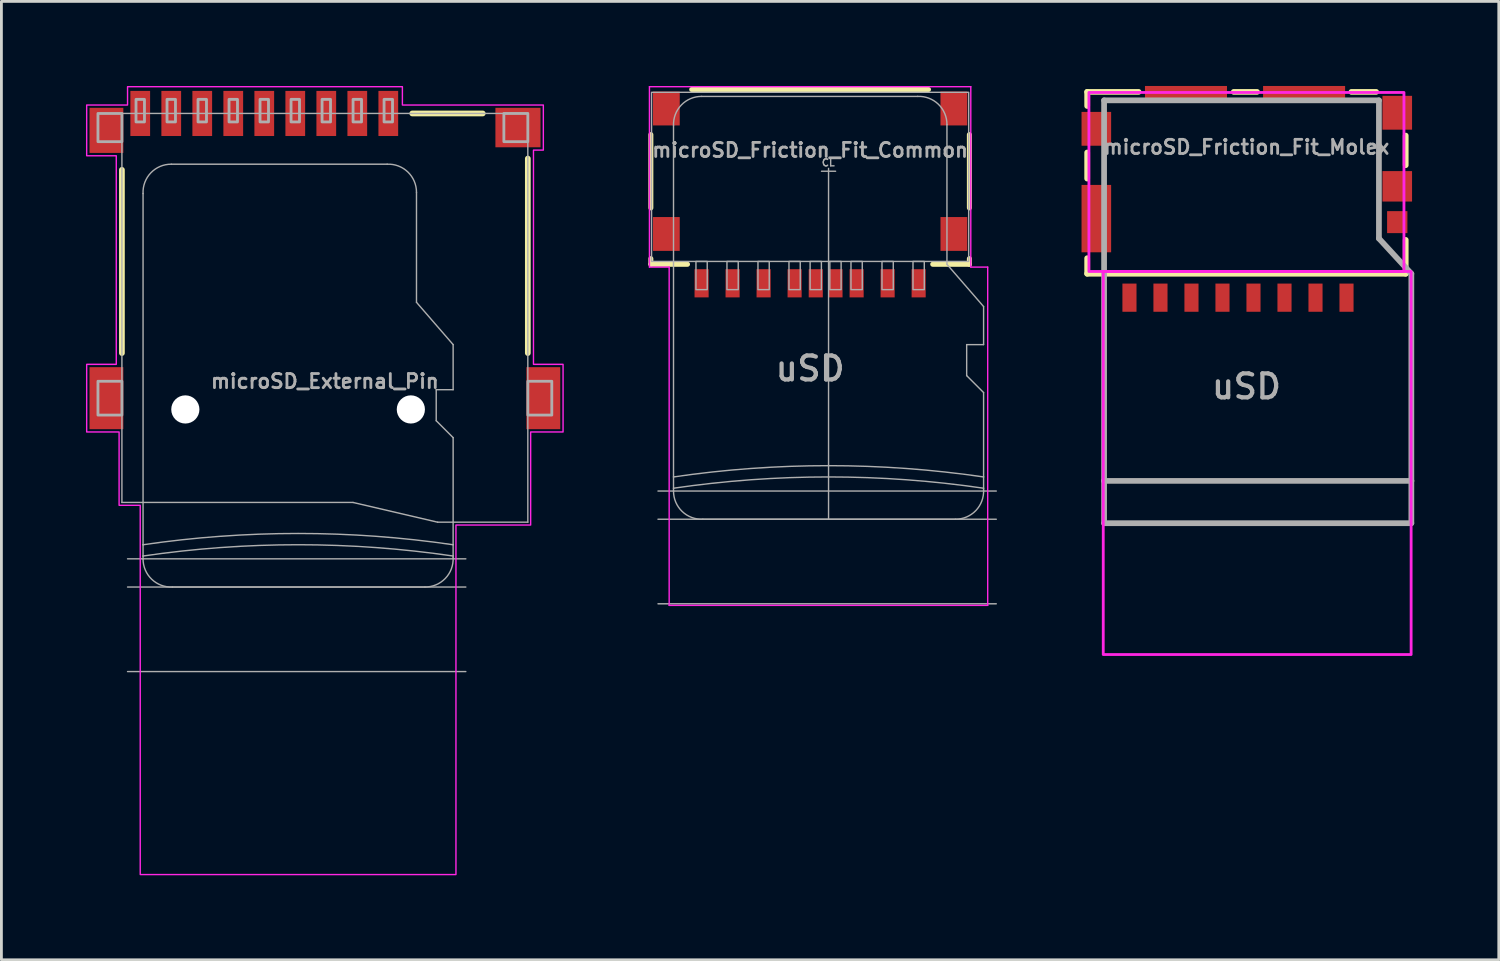
<source format=kicad_pcb>
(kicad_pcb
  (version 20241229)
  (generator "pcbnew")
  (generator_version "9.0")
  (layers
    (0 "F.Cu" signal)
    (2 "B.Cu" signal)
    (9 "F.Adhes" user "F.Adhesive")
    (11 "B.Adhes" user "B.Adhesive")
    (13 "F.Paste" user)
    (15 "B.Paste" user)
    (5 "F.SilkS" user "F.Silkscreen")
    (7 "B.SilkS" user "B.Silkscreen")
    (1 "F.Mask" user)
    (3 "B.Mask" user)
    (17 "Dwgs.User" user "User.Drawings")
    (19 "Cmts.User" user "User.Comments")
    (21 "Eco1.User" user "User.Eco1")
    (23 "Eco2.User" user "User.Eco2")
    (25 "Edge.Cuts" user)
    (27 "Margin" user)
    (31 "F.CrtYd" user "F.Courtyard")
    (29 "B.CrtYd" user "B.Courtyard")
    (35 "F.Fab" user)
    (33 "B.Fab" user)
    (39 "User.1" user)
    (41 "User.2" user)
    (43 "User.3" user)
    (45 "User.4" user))
  (footprint "microSD_Friction_Fit_Common"
    (layer "F.Cu")
    (at 25.689 3.025)
    (property "Reference" "microSD_Friction_Fit_Common" (at 0 -0.75 0) (layer "F.Fab") (effects (font (size 0.5 0.5) (thickness 0.1) (bold yes))))
    (attr smd)
    (fp_line (start -5.65 -1.3) (end -5.65 1.3) (stroke (width 0.178) (type default)) (layer "F.SilkS"))
    (fp_line (start -5.65 3.3) (end -5.65 3.1) (stroke (width 0.178) (type default)) (layer "F.SilkS"))
    (fp_line (start -5.65 3.3) (end -4.35 3.3) (stroke (width 0.178) (type default)) (layer "F.SilkS"))
    (fp_line (start -4.2 -2.9) (end 4.2 -2.9) (stroke (width 0.178) (type default)) (layer "F.SilkS"))
    (fp_line (start 4.35 3.3) (end 5.65 3.3) (stroke (width 0.178) (type default)) (layer "F.SilkS"))
    (fp_line (start 5.65 -1.3) (end 5.65 1.3) (stroke (width 0.178) (type default)) (layer "F.SilkS"))
    (fp_line (start 5.65 3.1) (end 5.65 3.3) (stroke (width 0.178) (type default)) (layer "F.SilkS"))
    (fp_line (start -5.7 -3) (end 5.7 -3) (stroke (width 0.05) (type default)) (layer "F.CrtYd"))
    (fp_line (start -5.7 3.4) (end -5.7 -3) (stroke (width 0.05) (type default)) (layer "F.CrtYd"))
    (fp_line (start -5 3.4) (end -5.7 3.4) (stroke (width 0.05) (type default)) (layer "F.CrtYd"))
    (fp_line (start -5 15.4) (end -5 3.4) (stroke (width 0.05) (type default)) (layer "F.CrtYd"))
    (fp_line (start 5.7 -3) (end 5.7 3.4) (stroke (width 0.05) (type default)) (layer "F.CrtYd"))
    (fp_line (start 5.7 3.4) (end 6.3 3.4) (stroke (width 0.05) (type default)) (layer "F.CrtYd"))
    (fp_line (start 6.3 3.4) (end 6.3 15.4) (stroke (width 0.05) (type default)) (layer "F.CrtYd"))
    (fp_line (start 6.3 15.4) (end -5 15.4) (stroke (width 0.05) (type default)) (layer "F.CrtYd"))
    (fp_line (start -4.846 -1.615) (end -4.846 10.845) (stroke (width 0.05) (type solid)) (layer "F.Fab"))
    (fp_line (start -4.846 10.845) (end -4.846 11.245) (stroke (width 0.05) (type solid)) (layer "F.Fab"))
    (fp_line (start -4.846 11.245) (end -4.846 11.345) (stroke (width 0.05) (type solid)) (layer "F.Fab"))
    (fp_line (start -3.806 12.345) (end 5.154 12.345) (stroke (width 0.05) (type solid)) (layer "F.Fab"))
    (fp_line (start 0.404 0) (end 0.904 0) (stroke (width 0.05) (type default)) (layer "F.Fab"))
    (fp_line (start 0.654 12.345) (end 0.654 -0.1) (stroke (width 0.05) (type default)) (layer "F.Fab"))
    (fp_line (start 3.814 -2.655) (end -3.846 -2.655) (stroke (width 0.05) (type solid)) (layer "F.Fab"))
    (fp_line (start 4.854 3.3) (end 4.854 -1.655) (stroke (width 0.05) (type solid)) (layer "F.Fab"))
    (fp_line (start 5.554 6.15) (end 5.554 7.25) (stroke (width 0.05) (type solid)) (layer "F.Fab"))
    (fp_line (start 5.554 7.25) (end 6.154 7.85) (stroke (width 0.05) (type solid)) (layer "F.Fab"))
    (fp_line (start 6.154 4.8) (end 4.854 3.3) (stroke (width 0.05) (type solid)) (layer "F.Fab"))
    (fp_line (start 6.154 6.15) (end 5.554 6.15) (stroke (width 0.05) (type solid)) (layer "F.Fab"))
    (fp_line (start 6.154 6.15) (end 6.154 4.8) (stroke (width 0.05) (type solid)) (layer "F.Fab"))
    (fp_line (start 6.154 10.845) (end 6.154 7.85) (stroke (width 0.05) (type solid)) (layer "F.Fab"))
    (fp_line (start 6.154 11.245) (end 6.154 10.845) (stroke (width 0.05) (type solid)) (layer "F.Fab"))
    (fp_line (start 6.154 11.305) (end 6.154 11.245) (stroke (width 0.05) (type solid)) (layer "F.Fab"))
    (fp_line (start 6.604 11.345) (end -5.396 11.345) (stroke (width 0.05) (type solid)) (layer "F.Fab"))
    (fp_line (start 6.604 12.345) (end -5.396 12.345) (stroke (width 0.05) (type solid)) (layer "F.Fab"))
    (fp_line (start 6.604 15.345) (end -5.396 15.345) (stroke (width 0.05) (type solid)) (layer "F.Fab"))
    (fp_rect (start -5.625 -2.8) (end 5.625 3.2) (stroke (width 0.05) (type default)) (fill no) (layer "F.Fab"))
    (fp_rect (start -4.05 3.2) (end -3.65 4.2) (stroke (width 0.05) (type solid)) (fill no) (layer "F.Fab"))
    (fp_rect (start -2.95 3.2) (end -2.55 4.2) (stroke (width 0.05) (type solid)) (fill no) (layer "F.Fab"))
    (fp_rect (start -1.85 3.2) (end -1.45 4.2) (stroke (width 0.05) (type solid)) (fill no) (layer "F.Fab"))
    (fp_rect (start -0.35 3.2) (end -0.75 4.2) (stroke (width 0.05) (type solid)) (fill no) (layer "F.Fab"))
    (fp_rect (start 0.4 3.2) (end 0 4.2) (stroke (width 0.05) (type solid)) (fill no) (layer "F.Fab"))
    (fp_rect (start 1.1 3.2) (end 0.7 4.2) (stroke (width 0.05) (type solid)) (fill no) (layer "F.Fab"))
    (fp_rect (start 1.85 3.2) (end 1.45 4.2) (stroke (width 0.05) (type solid)) (fill no) (layer "F.Fab"))
    (fp_rect (start 2.95 3.2) (end 2.55 4.2) (stroke (width 0.05) (type solid)) (fill no) (layer "F.Fab"))
    (fp_rect (start 4.05 3.2) (end 3.65 4.2) (stroke (width 0.05) (type solid)) (fill no) (layer "F.Fab"))
    (fp_arc (start -4.84571 -1.61526) (mid -4.568722 -2.349696) (end -3.845709 -2.65526) (stroke (width 0.05) (type solid)) (layer "F.Fab"))
    (fp_arc (start -4.84571 10.84474) (mid 0.65429 10.444602) (end 6.15429 10.84474) (stroke (width 0.05) (type solid)) (layer "F.Fab"))
    (fp_arc (start -4.84571 11.24474) (mid 0.65429 10.844602) (end 6.15429 11.24474) (stroke (width 0.05) (type solid)) (layer "F.Fab"))
    (fp_arc (start -3.80571 12.34474) (mid -4.540146 12.067752) (end -4.84571 11.344739) (stroke (width 0.05) (type solid)) (layer "F.Fab"))
    (fp_arc (start 3.81429 -2.65526) (mid 4.548719 -2.378274) (end 4.85429 -1.655259) (stroke (width 0.05) (type solid)) (layer "F.Fab"))
    (fp_arc (start 6.15429 11.30474) (mid 5.877302 12.039176) (end 5.154289 12.34474) (stroke (width 0.05) (type solid)) (layer "F.Fab"))
    (fp_text user "uSD" (at 0 7 0) (layer "F.Fab") (effects (font (size 0.85 0.85) (thickness 0.15))))
    (fp_text user "CL" (at 0.646 -0.305 0) (unlocked yes) (layer "F.Fab") (effects (font (size 0.25 0.25) (thickness 0.05) (bold yes))))
    (pad "1" smd rect (at 3.85 3.975 180) (size 0.5 1) (layers "F.Cu" "F.Mask" "F.Paste"))
    (pad "2" smd rect (at 2.75 3.975 180) (size 0.5 1) (layers "F.Cu" "F.Mask" "F.Paste"))
    (pad "3" smd rect (at 1.65 3.975 180) (size 0.5 1) (layers "F.Cu" "F.Mask" "F.Paste"))
    (pad "4" smd rect (at 0.9 3.975 180) (size 0.5 1) (layers "F.Cu" "F.Mask" "F.Paste"))
    (pad "5" smd rect (at -0.55 3.975 180) (size 0.5 1) (layers "F.Cu" "F.Mask" "F.Paste"))
    (pad "6" smd rect (at -1.65 3.975 180) (size 0.5 1) (layers "F.Cu" "F.Mask" "F.Paste"))
    (pad "7" smd rect (at -2.75 3.975 180) (size 0.5 1) (layers "F.Cu" "F.Mask" "F.Paste"))
    (pad "8" smd rect (at -3.85 3.975 180) (size 0.5 1) (layers "F.Cu" "F.Mask" "F.Paste"))
    (pad "9" smd rect (at 0.2 3.975 180) (size 0.5 1) (layers "F.Cu" "F.Mask" "F.Paste"))
    (pad "10" smd rect (at -5.1 -2.225 180) (size 0.95 1.2) (layers "F.Cu" "F.Mask" "F.Paste"))
    (pad "10" smd rect (at -5.1 2.225 180) (size 0.95 1.2) (layers "F.Cu" "F.Mask" "F.Paste"))
    (pad "10" smd rect (at 5.1 -2.225 180) (size 0.95 1.2) (layers "F.Cu" "F.Mask" "F.Paste"))
    (pad "10" smd rect (at 5.1 2.225 180) (size 0.95 1.2) (layers "F.Cu" "F.Mask" "F.Paste")))
  (footprint "microSD_External_Pin"
    (layer "F.Cu")
    (at 8.475 11.475)
    (property "Reference" "microSD_External_Pin" (at 0 -1 0) (layer "F.Fab") (effects (font (size 0.5 0.5) (thickness 0.1))))
    (attr smd)
    (fp_line (start -7.2 -2) (end -7.2 -8.5) (stroke (width 0.203) (type solid)) (layer "F.SilkS"))
    (fp_line (start 3.1 -10.5) (end 5.6 -10.5) (stroke (width 0.203) (type solid)) (layer "F.SilkS"))
    (fp_line (start 7.2 -8.9) (end 7.2 -2) (stroke (width 0.203) (type solid)) (layer "F.SilkS"))
    (fp_poly (pts (xy -8.45 -10.8) (xy -7 -10.8) (xy -7 -11.45) (xy 2.75 -11.45) (xy 2.75 -10.8) (xy 7.75 -10.8) (xy 7.75 -9.2) (xy 7.4 -9.2) (xy 7.4 -1.6) (xy 8.45 -1.6) (xy 8.45 0.8) (xy 7.3 0.8) (xy 7.3 4.1) (xy 4.65 4.1) (xy 4.65 16.5) (xy -6.55 16.5) (xy -6.55 3.4) (xy -7.3 3.4) (xy -7.3 0.8) (xy -8.45 0.8) (xy -8.45 -1.6) (xy -7.4 -1.6) (xy -7.4 -9) (xy -8.45 -9)) (stroke (width 0.05) (type solid)) (fill no) (layer "F.CrtYd"))
    (fp_line (start -7.2 -10.5) (end 7.2 -10.5) (stroke (width 0.05) (type solid)) (layer "F.Fab"))
    (fp_line (start -7.2 3.3) (end -7.2 -10.5) (stroke (width 0.05) (type solid)) (layer "F.Fab"))
    (fp_line (start -6.45 -7.66) (end -6.45 4.8) (stroke (width 0.05) (type solid)) (layer "F.Fab"))
    (fp_line (start -6.45 4.8) (end -6.45 5.2) (stroke (width 0.05) (type solid)) (layer "F.Fab"))
    (fp_line (start -6.45 5.2) (end -6.45 5.3) (stroke (width 0.05) (type solid)) (layer "F.Fab"))
    (fp_line (start -5.41 6.3) (end 3.55 6.3) (stroke (width 0.05) (type solid)) (layer "F.Fab"))
    (fp_line (start 1 3.3) (end -7.2 3.3) (stroke (width 0.05) (type solid)) (layer "F.Fab"))
    (fp_line (start 2.21 -8.7) (end -5.45 -8.7) (stroke (width 0.05) (type solid)) (layer "F.Fab"))
    (fp_line (start 3.25 -3.8) (end 3.25 -7.7) (stroke (width 0.05) (type solid)) (layer "F.Fab"))
    (fp_line (start 3.95 -0.7) (end 3.95 0.4) (stroke (width 0.05) (type solid)) (layer "F.Fab"))
    (fp_line (start 3.95 0.4) (end 4.55 1) (stroke (width 0.05) (type solid)) (layer "F.Fab"))
    (fp_line (start 4 4) (end 1 3.3) (stroke (width 0.05) (type solid)) (layer "F.Fab"))
    (fp_line (start 4.55 -2.3) (end 3.25 -3.8) (stroke (width 0.05) (type solid)) (layer "F.Fab"))
    (fp_line (start 4.55 -0.7) (end 3.95 -0.7) (stroke (width 0.05) (type solid)) (layer "F.Fab"))
    (fp_line (start 4.55 -0.7) (end 4.55 -2.3) (stroke (width 0.05) (type solid)) (layer "F.Fab"))
    (fp_line (start 4.55 4.8) (end 4.55 1) (stroke (width 0.05) (type solid)) (layer "F.Fab"))
    (fp_line (start 4.55 5.2) (end 4.55 4.8) (stroke (width 0.05) (type solid)) (layer "F.Fab"))
    (fp_line (start 4.55 5.26) (end 4.55 5.2) (stroke (width 0.05) (type solid)) (layer "F.Fab"))
    (fp_line (start 5 5.3) (end -7 5.3) (stroke (width 0.05) (type solid)) (layer "F.Fab"))
    (fp_line (start 5 6.3) (end -7 6.3) (stroke (width 0.05) (type solid)) (layer "F.Fab"))
    (fp_line (start 5 9.3) (end -7 9.3) (stroke (width 0.05) (type solid)) (layer "F.Fab"))
    (fp_line (start 7.2 -10.5) (end 7.2 4) (stroke (width 0.05) (type solid)) (layer "F.Fab"))
    (fp_line (start 7.2 4) (end 4 4) (stroke (width 0.05) (type solid)) (layer "F.Fab"))
    (fp_arc (start -6.45 -7.66) (mid -6.173012 -8.394435) (end -5.449999 -8.7) (stroke (width 0.05) (type solid)) (layer "F.Fab"))
    (fp_arc (start -6.45 4.8) (mid -0.95 4.399862) (end 4.55 4.8) (stroke (width 0.05) (type solid)) (layer "F.Fab"))
    (fp_arc (start -6.45 5.2) (mid -0.95 4.799862) (end 4.55 5.2) (stroke (width 0.05) (type solid)) (layer "F.Fab"))
    (fp_arc (start -5.41 6.3) (mid -6.144435 6.023012) (end -6.45 5.299999) (stroke (width 0.05) (type solid)) (layer "F.Fab"))
    (fp_arc (start 2.21 -8.7) (mid 2.944435 -8.423012) (end 3.25 -7.699999) (stroke (width 0.05) (type solid)) (layer "F.Fab"))
    (fp_arc (start 4.55 5.26) (mid 4.273012 5.994435) (end 3.549999 6.3) (stroke (width 0.05) (type solid)) (layer "F.Fab"))
    (fp_poly (pts (xy -8.05 -9.5) (xy -7.2 -9.5) (xy -7.2 -10.5) (xy -8.05 -10.5)) (stroke (width 0.1) (type default)) (fill no) (layer "F.Fab"))
    (fp_poly (pts (xy -8.05 0.2) (xy -7.2 0.2) (xy -7.2 -1) (xy -8.05 -1)) (stroke (width 0.1) (type default)) (fill no) (layer "F.Fab"))
    (fp_poly (pts (xy -6.7 -10.2) (xy -6.4 -10.2) (xy -6.4 -11) (xy -6.7 -11)) (stroke (width 0.1) (type default)) (fill no) (layer "F.Fab"))
    (fp_poly (pts (xy -5.6 -10.2) (xy -5.3 -10.2) (xy -5.3 -11) (xy -5.6 -11)) (stroke (width 0.1) (type default)) (fill no) (layer "F.Fab"))
    (fp_poly (pts (xy -4.5 -10.2) (xy -4.2 -10.2) (xy -4.2 -11) (xy -4.5 -11)) (stroke (width 0.1) (type default)) (fill no) (layer "F.Fab"))
    (fp_poly (pts (xy -3.4 -10.2) (xy -3.1 -10.2) (xy -3.1 -11) (xy -3.4 -11)) (stroke (width 0.1) (type default)) (fill no) (layer "F.Fab"))
    (fp_poly (pts (xy -2.3 -10.2) (xy -2 -10.2) (xy -2 -11) (xy -2.3 -11)) (stroke (width 0.1) (type default)) (fill no) (layer "F.Fab"))
    (fp_poly (pts (xy -1.2 -10.2) (xy -0.9 -10.2) (xy -0.9 -11) (xy -1.2 -11)) (stroke (width 0.1) (type default)) (fill no) (layer "F.Fab"))
    (fp_poly (pts (xy -0.1 -10.2) (xy 0.2 -10.2) (xy 0.2 -11) (xy -0.1 -11)) (stroke (width 0.1) (type default)) (fill no) (layer "F.Fab"))
    (fp_poly (pts (xy 1 -10.2) (xy 1.3 -10.2) (xy 1.3 -11) (xy 1 -11)) (stroke (width 0.1) (type default)) (fill no) (layer "F.Fab"))
    (fp_poly (pts (xy 2.1 -10.2) (xy 2.4 -10.2) (xy 2.4 -11) (xy 2.1 -11)) (stroke (width 0.1) (type default)) (fill no) (layer "F.Fab"))
    (fp_poly (pts (xy 6.35 -9.5) (xy 7.2 -9.5) (xy 7.2 -10.5) (xy 6.35 -10.5)) (stroke (width 0.1) (type default)) (fill no) (layer "F.Fab"))
    (fp_poly (pts (xy 8.05 -1) (xy 7.2 -1) (xy 7.2 0.2) (xy 8.05 0.2)) (stroke (width 0.1) (type default)) (fill no) (layer "F.Fab"))
    (pad "" np_thru_hole circle (at -4.95 0) (size 1 1) (drill 1) (layers "*.Cu" "*.Mask"))
    (pad "" np_thru_hole circle (at 3.05 0) (size 1 1) (drill 1) (layers "*.Cu" "*.Mask"))
    (pad "1" smd rect (at 2.25 -10.5 90) (size 1.6 0.7) (layers "F.Cu" "F.Mask" "F.Paste"))
    (pad "2" smd rect (at 1.15 -10.5 90) (size 1.6 0.7) (layers "F.Cu" "F.Mask" "F.Paste"))
    (pad "3" smd rect (at 0.05 -10.5 90) (size 1.6 0.7) (layers "F.Cu" "F.Mask" "F.Paste"))
    (pad "4" smd rect (at -1.05 -10.5 90) (size 1.6 0.7) (layers "F.Cu" "F.Mask" "F.Paste"))
    (pad "5" smd rect (at -2.15 -10.5 90) (size 1.6 0.7) (layers "F.Cu" "F.Mask" "F.Paste"))
    (pad "6" smd rect (at -3.25 -10.5 90) (size 1.6 0.7) (layers "F.Cu" "F.Mask" "F.Paste"))
    (pad "7" smd rect (at -4.35 -10.5 90) (size 1.6 0.7) (layers "F.Cu" "F.Mask" "F.Paste"))
    (pad "8" smd rect (at -5.45 -10.5 90) (size 1.6 0.7) (layers "F.Cu" "F.Mask" "F.Paste"))
    (pad "9" smd rect (at -6.55 -10.5 90) (size 1.6 0.7) (layers "F.Cu" "F.Mask" "F.Paste"))
    (pad "10" smd rect (at -7.75 -9.9) (size 1.2 1.6) (layers "F.Cu" "F.Mask" "F.Paste"))
    (pad "11" smd rect (at -7.75 -0.4) (size 1.2 2.2) (layers "F.Cu" "F.Mask" "F.Paste"))
    (pad "12" smd rect (at 7.75 -0.4) (size 1.2 2.2) (layers "F.Cu" "F.Mask" "F.Paste"))
    (pad "13" smd rect (at 6.85 -10) (size 1.6 1.4) (layers "F.Cu" "F.Mask" "F.Paste"))
    (zone (net_name "") (layer "F.Cu") (hatch edge 0.5) (connect_pads) (min_thickness 0.25) (filled_areas_thickness no) (keepout (tracks not_allowed) (vias not_allowed) (pads not_allowed) (copperpour not_allowed) (footprints allowed)) (placement (enabled no)) (fill) (polygon (pts (xy 0.775 6.775) (xy 1.475 6.775) (xy 1.475 2.775) (xy 0.775 2.775))))
    (zone (net_name "") (layer "F.Cu") (hatch edge 0.5) (connect_pads) (min_thickness 0.25) (filled_areas_thickness no) (keepout (tracks not_allowed) (vias not_allowed) (pads not_allowed) (copperpour not_allowed) (footprints allowed)) (placement (enabled no)) (fill) (polygon (pts (xy 2.375 7.375) (xy 11.375 7.375) (xy 11.375 5.375) (xy 2.375 5.375)))))
  (footprint "microSD_Friction_Fit_Molex"
    (layer "F.Cu")
    (at 41.168 3.66)
    (property "Reference" "microSD_Friction_Fit_Molex" (at 0 -1.2 0) (layer "F.Fab") (effects (font (size 0.5 0.5) (thickness 0.1) (bold yes)) (justify bottom)))
    (attr smd)
    (fp_line (start -5.65 -3.45) (end -3.825 -3.45) (stroke (width 0.203) (type solid)) (layer "F.SilkS"))
    (fp_line (start -5.65 -2.95) (end -5.65 -3.45) (stroke (width 0.203) (type solid)) (layer "F.SilkS"))
    (fp_line (start -5.65 -0.375) (end -5.65 -1.3) (stroke (width 0.203) (type solid)) (layer "F.SilkS"))
    (fp_line (start -5.65 2.45) (end -5.65 3) (stroke (width 0.203) (type solid)) (layer "F.SilkS"))
    (fp_line (start -5.65 3) (end 5.65 3) (stroke (width 0.203) (type solid)) (layer "F.SilkS"))
    (fp_line (start 0.375 -3.45) (end -0.45 -3.45) (stroke (width 0.203) (type solid)) (layer "F.SilkS"))
    (fp_line (start 4.6 -3.45) (end 3.725 -3.45) (stroke (width 0.203) (type solid)) (layer "F.SilkS"))
    (fp_line (start 5.65 -0.85) (end 5.65 -1.9) (stroke (width 0.203) (type solid)) (layer "F.SilkS"))
    (fp_line (start 5.65 3) (end 5.65 1.8) (stroke (width 0.203) (type solid)) (layer "F.SilkS"))
    (fp_poly (pts (xy -5.588 2.921) (xy 5.588 2.921) (xy 5.588 -3.429) (xy -5.588 -3.429)) (stroke (width 0.1) (type solid)) (fill no) (layer "F.CrtYd"))
    (fp_poly (pts (xy -5.08 16.51) (xy 5.842 16.51) (xy 5.842 2.921) (xy -5.08 2.921)) (stroke (width 0.1) (type solid)) (fill no) (layer "F.CrtYd"))
    (fp_line (start -5.05 -3.15) (end -5.05 10.35) (stroke (width 0.203) (type solid)) (layer "F.Fab"))
    (fp_line (start -5.05 10.35) (end -5.05 11.85) (stroke (width 0.203) (type solid)) (layer "F.Fab"))
    (fp_line (start -5.05 10.35) (end 5.85 10.35) (stroke (width 0.203) (type solid)) (layer "F.Fab"))
    (fp_line (start -5.05 11.85) (end 5.85 11.85) (stroke (width 0.203) (type solid)) (layer "F.Fab"))
    (fp_line (start 4.7 -3.15) (end -5.05 -3.15) (stroke (width 0.203) (type solid)) (layer "F.Fab"))
    (fp_line (start 4.7 1.75) (end 4.7 -3.15) (stroke (width 0.203) (type solid)) (layer "F.Fab"))
    (fp_line (start 5.85 3) (end 4.7 1.75) (stroke (width 0.203) (type solid)) (layer "F.Fab"))
    (fp_line (start 5.85 10.35) (end 5.85 3) (stroke (width 0.203) (type solid)) (layer "F.Fab"))
    (fp_line (start 5.85 11.85) (end 5.85 10.35) (stroke (width 0.203) (type solid)) (layer "F.Fab"))
    (fp_text user "uSD" (at 0 7 0) (layer "F.Fab") (effects (font (size 0.85 0.85) (thickness 0.15))))
    (pad "1" smd rect (at 3.55 3.85 90) (size 1 0.5) (layers "F.Cu" "F.Mask" "F.Paste"))
    (pad "2" smd rect (at 2.45 3.85 90) (size 1 0.5) (layers "F.Cu" "F.Mask" "F.Paste"))
    (pad "3" smd rect (at 1.35 3.85 90) (size 1 0.5) (layers "F.Cu" "F.Mask" "F.Paste"))
    (pad "4" smd rect (at 0.25 3.85 90) (size 1 0.5) (layers "F.Cu" "F.Mask" "F.Paste"))
    (pad "5" smd rect (at -0.85 3.85 90) (size 1 0.5) (layers "F.Cu" "F.Mask" "F.Paste"))
    (pad "6" smd rect (at -1.95 3.85 90) (size 1 0.5) (layers "F.Cu" "F.Mask" "F.Paste"))
    (pad "7" smd rect (at -3.05 3.85 90) (size 1 0.5) (layers "F.Cu" "F.Mask" "F.Paste"))
    (pad "8" smd rect (at -4.15 3.85 90) (size 1 0.5) (layers "F.Cu" "F.Mask" "F.Paste"))
    (pad "9" smd rect (at 5.35 1.17 180) (size 0.72 0.78) (layers "F.Cu" "F.Mask" "F.Paste"))
    (pad "10" smd rect (at -5.325 -2.14 90) (size 1.2 1.05) (layers "F.Cu" "F.Mask" "F.Paste"))
    (pad "10" smd rect (at -5.325 1.045 90) (size 2.39 1.05) (layers "F.Cu" "F.Mask" "F.Paste"))
    (pad "10" smd rect (at -2.145 -3.385) (size 2.91 0.55) (layers "F.Cu" "F.Mask" "F.Paste"))
    (pad "10" smd rect (at 2.045 -3.385) (size 2.91 0.55) (layers "F.Cu" "F.Mask" "F.Paste"))
    (pad "10" smd rect (at 5.35 -2.71 90) (size 1.2 1.05) (layers "F.Cu" "F.Mask" "F.Paste"))
    (pad "10" smd rect (at 5.35 -0.1 90) (size 1.08 1.05) (layers "F.Cu" "F.Mask" "F.Paste"))
    (zone (net_name "") (layer "F.Cu") (hatch edge 0.5) (connect_pads) (min_thickness 0.25) (filled_areas_thickness no) (keepout (tracks not_allowed) (vias not_allowed) (pads not_allowed) (copperpour not_allowed) (footprints allowed)) (placement (enabled no)) (fill) (polygon (pts (xy 36.684 5.644) (xy 45.22 5.644) (xy 45.22 1.734) (xy 36.684 1.734))))
    (zone (net_name "") (layer "F.Cu") (hatch edge 0.5) (connect_pads) (min_thickness 0.25) (filled_areas_thickness no) (keepout (tracks not_allowed) (vias not_allowed) (pads not_allowed) (copperpour not_allowed) (footprints allowed)) (placement (enabled no)) (fill) (polygon (pts (xy 36.684 5.644) (xy 45.22 5.644) (xy 45.22 1.734) (xy 36.684 1.734)))))
  (gr_rect
    (start -3 -3)
    (end 50.12 31)
    (stroke (width 0.1) (type default))
    (fill no)
    (layer "Edge.Cuts")))
</source>
